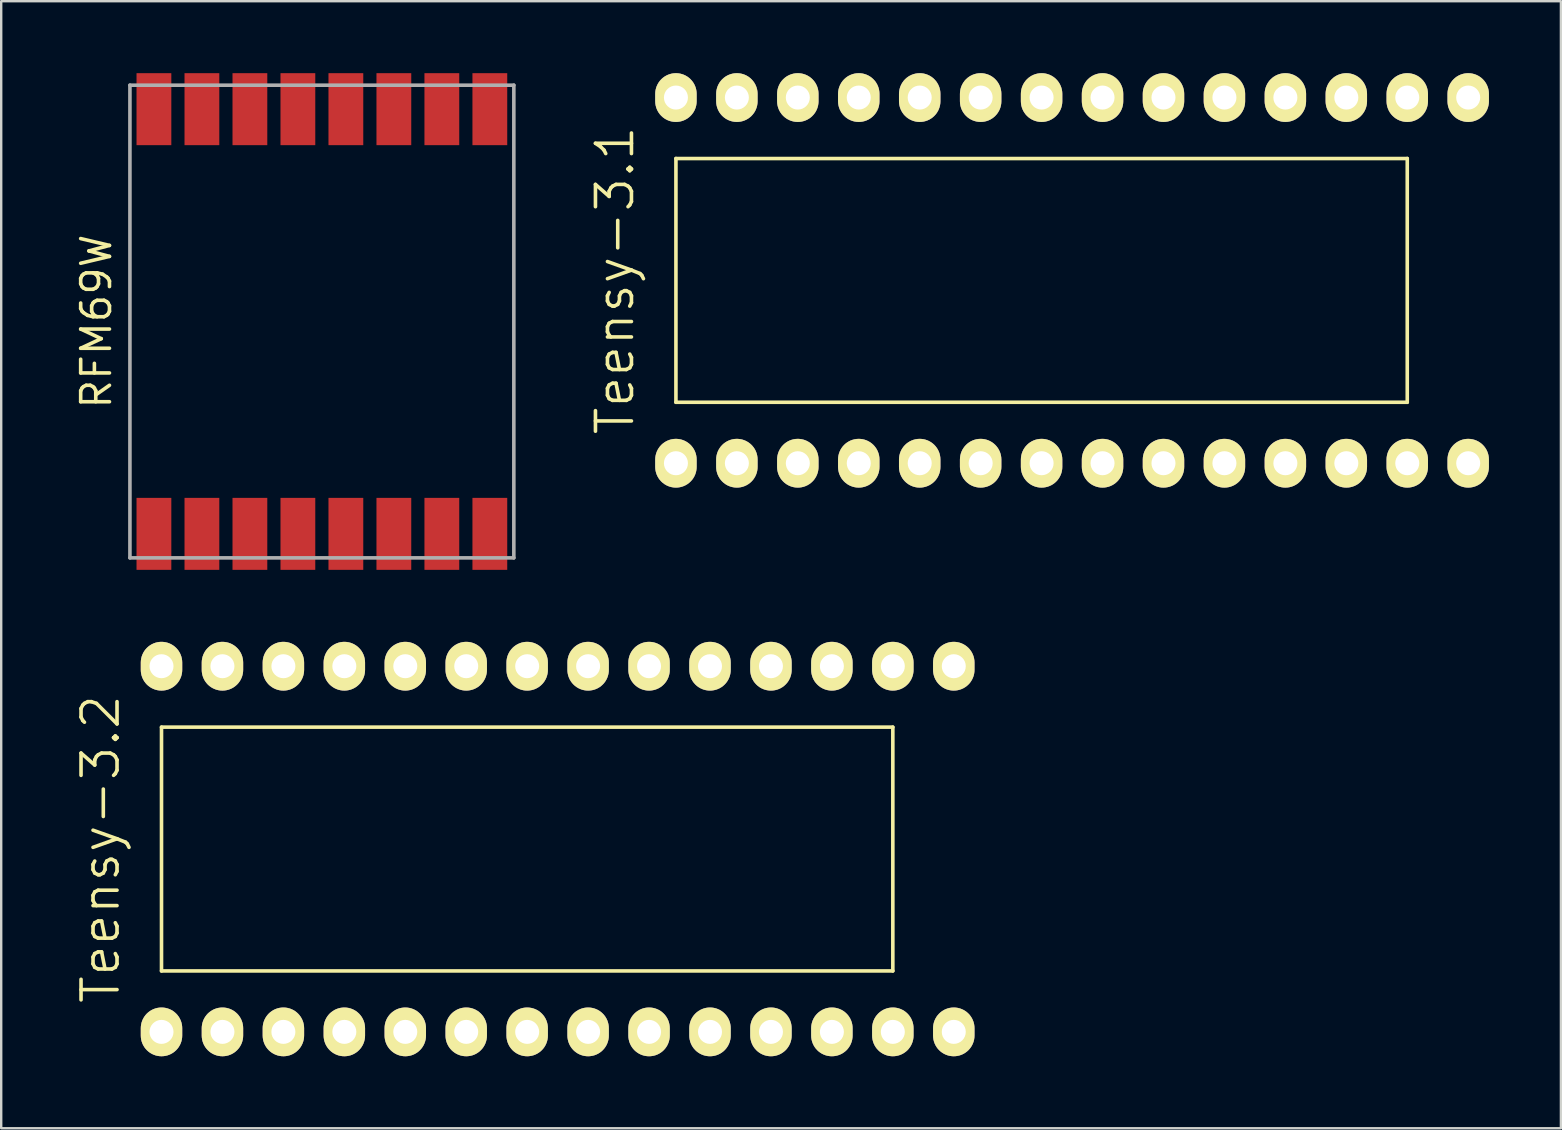
<source format=kicad_pcb>
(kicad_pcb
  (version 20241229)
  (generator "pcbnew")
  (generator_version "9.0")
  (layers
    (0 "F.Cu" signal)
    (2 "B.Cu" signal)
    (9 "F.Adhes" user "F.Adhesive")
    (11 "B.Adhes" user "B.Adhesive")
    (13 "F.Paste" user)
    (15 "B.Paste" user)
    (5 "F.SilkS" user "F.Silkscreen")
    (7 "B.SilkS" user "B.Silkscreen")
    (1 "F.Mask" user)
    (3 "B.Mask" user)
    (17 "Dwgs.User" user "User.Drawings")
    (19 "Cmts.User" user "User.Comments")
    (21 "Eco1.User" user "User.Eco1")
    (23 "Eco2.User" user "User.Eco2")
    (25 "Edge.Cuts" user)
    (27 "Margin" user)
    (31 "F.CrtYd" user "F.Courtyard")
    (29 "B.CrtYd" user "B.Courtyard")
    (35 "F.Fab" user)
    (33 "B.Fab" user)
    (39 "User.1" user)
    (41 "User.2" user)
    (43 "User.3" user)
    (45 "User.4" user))
  (footprint "Teensy-3.2"
    (layer "F.Cu")
    (at 6.221 39.956)
    (property "Reference" "Teensy-3.2" (at -5.08 -7.62 90) (layer "F.SilkS") (effects (font (size 1.5 1.5) (thickness 0.15))))
    (attr through_hole)
    (fp_line (start -2.54 -12.7) (end 27.94 -12.7) (stroke (width 0.15) (type solid)) (layer "F.SilkS"))
    (fp_line (start -2.54 -2.54) (end -2.54 -12.7) (stroke (width 0.15) (type solid)) (layer "F.SilkS"))
    (fp_line (start 27.94 -12.7) (end 27.94 -2.54) (stroke (width 0.15) (type solid)) (layer "F.SilkS"))
    (fp_line (start 27.94 -2.54) (end -2.54 -2.54) (stroke (width 0.15) (type solid)) (layer "F.SilkS"))
    (pad "0" thru_hole oval (at 0 0) (size 1.727 2.032) (drill 1) (layers "*.Cu" "*.Mask" "F.SilkS"))
    (pad "1" thru_hole oval (at 2.54 0) (size 1.727 2.032) (drill 1) (layers "*.Cu" "*.Mask" "F.SilkS"))
    (pad "2" thru_hole oval (at 5.08 0) (size 1.727 2.032) (drill 1) (layers "*.Cu" "*.Mask" "F.SilkS"))
    (pad "3" thru_hole oval (at 7.62 0) (size 1.727 2.032) (drill 1) (layers "*.Cu" "*.Mask" "F.SilkS"))
    (pad "4" thru_hole oval (at 10.16 0) (size 1.727 2.032) (drill 1) (layers "*.Cu" "*.Mask" "F.SilkS"))
    (pad "5" thru_hole oval (at 12.7 0) (size 1.727 2.032) (drill 1) (layers "*.Cu" "*.Mask" "F.SilkS"))
    (pad "6" thru_hole oval (at 15.24 0) (size 1.727 2.032) (drill 1) (layers "*.Cu" "*.Mask" "F.SilkS"))
    (pad "7" thru_hole oval (at 17.78 0) (size 1.727 2.032) (drill 1) (layers "*.Cu" "*.Mask" "F.SilkS"))
    (pad "8" thru_hole oval (at 20.32 0) (size 1.727 2.032) (drill 1) (layers "*.Cu" "*.Mask" "F.SilkS"))
    (pad "9" thru_hole oval (at 22.86 0) (size 1.727 2.032) (drill 1) (layers "*.Cu" "*.Mask" "F.SilkS"))
    (pad "10" thru_hole oval (at 25.4 0) (size 1.727 2.032) (drill 1) (layers "*.Cu" "*.Mask" "F.SilkS"))
    (pad "11" thru_hole oval (at 27.94 0) (size 1.727 2.032) (drill 1) (layers "*.Cu" "*.Mask" "F.SilkS"))
    (pad "12" thru_hole oval (at 30.48 0) (size 1.727 2.032) (drill 1) (layers "*.Cu" "*.Mask" "F.SilkS"))
    (pad "13" thru_hole oval (at 30.48 -15.24) (size 1.727 2.032) (drill 1) (layers "*.Cu" "*.Mask" "F.SilkS"))
    (pad "14" thru_hole oval (at 27.94 -15.24) (size 1.727 2.032) (drill 1) (layers "*.Cu" "*.Mask" "F.SilkS"))
    (pad "15" thru_hole oval (at 25.4 -15.24) (size 1.727 2.032) (drill 1) (layers "*.Cu" "*.Mask" "F.SilkS"))
    (pad "16" thru_hole oval (at 22.86 -15.24) (size 1.727 2.032) (drill 1) (layers "*.Cu" "*.Mask" "F.SilkS"))
    (pad "17" thru_hole oval (at 20.32 -15.24) (size 1.727 2.032) (drill 1) (layers "*.Cu" "*.Mask" "F.SilkS"))
    (pad "18" thru_hole oval (at 17.78 -15.24) (size 1.727 2.032) (drill 1) (layers "*.Cu" "*.Mask" "F.SilkS"))
    (pad "19" thru_hole oval (at 15.24 -15.24) (size 1.727 2.032) (drill 1) (layers "*.Cu" "*.Mask" "F.SilkS"))
    (pad "20" thru_hole oval (at 12.7 -15.24) (size 1.727 2.032) (drill 1) (layers "*.Cu" "*.Mask" "F.SilkS"))
    (pad "21" thru_hole oval (at 10.16 -15.24) (size 1.727 2.032) (drill 1) (layers "*.Cu" "*.Mask" "F.SilkS"))
    (pad "22" thru_hole oval (at 7.62 -15.24) (size 1.727 2.032) (drill 1) (layers "*.Cu" "*.Mask" "F.SilkS"))
    (pad "23" thru_hole oval (at 5.08 -15.24) (size 1.727 2.032) (drill 1) (layers "*.Cu" "*.Mask" "F.SilkS"))
    (pad "24" thru_hole oval (at 2.54 -15.24) (size 1.727 2.032) (drill 1) (layers "*.Cu" "*.Mask" "F.SilkS"))
    (pad "25" thru_hole oval (at 0 -15.24) (size 1.727 2.032) (drill 1) (layers "*.Cu" "*.Mask" "F.SilkS"))
    (pad "26" thru_hole oval (at -2.54 -15.24) (size 1.727 2.032) (drill 1) (layers "*.Cu" "*.Mask" "F.SilkS"))
    (pad "27" thru_hole oval (at -2.54 0) (size 1.727 2.032) (drill 1) (layers "*.Cu" "*.Mask" "F.SilkS")))
  (footprint "Teensy-3.1"
    (layer "F.Cu")
    (at 27.661 16.256)
    (property "Reference" "Teensy-3.1" (at -5.08 -7.62 90) (layer "F.SilkS") (effects (font (size 1.5 1.5) (thickness 0.15))))
    (attr through_hole)
    (fp_line (start -2.54 -12.7) (end 27.94 -12.7) (stroke (width 0.15) (type solid)) (layer "F.SilkS"))
    (fp_line (start -2.54 -2.54) (end -2.54 -12.7) (stroke (width 0.15) (type solid)) (layer "F.SilkS"))
    (fp_line (start 27.94 -12.7) (end 27.94 -2.54) (stroke (width 0.15) (type solid)) (layer "F.SilkS"))
    (fp_line (start 27.94 -2.54) (end -2.54 -2.54) (stroke (width 0.15) (type solid)) (layer "F.SilkS"))
    (pad "0" thru_hole oval (at 0 0) (size 1.727 2.032) (drill 1.001) (layers "*.Cu" "*.Mask" "F.SilkS"))
    (pad "1" thru_hole oval (at 2.54 0) (size 1.727 2.032) (drill 1.001) (layers "*.Cu" "*.Mask" "F.SilkS"))
    (pad "2" thru_hole oval (at 5.08 0) (size 1.727 2.032) (drill 1.001) (layers "*.Cu" "*.Mask" "F.SilkS"))
    (pad "3" thru_hole oval (at 7.62 0) (size 1.727 2.032) (drill 1.001) (layers "*.Cu" "*.Mask" "F.SilkS"))
    (pad "4" thru_hole oval (at 10.16 0) (size 1.727 2.032) (drill 1.001) (layers "*.Cu" "*.Mask" "F.SilkS"))
    (pad "5" thru_hole oval (at 12.7 0) (size 1.727 2.032) (drill 1.001) (layers "*.Cu" "*.Mask" "F.SilkS"))
    (pad "6" thru_hole oval (at 15.24 0) (size 1.727 2.032) (drill 1.001) (layers "*.Cu" "*.Mask" "F.SilkS"))
    (pad "7" thru_hole oval (at 17.78 0) (size 1.727 2.032) (drill 1.001) (layers "*.Cu" "*.Mask" "F.SilkS"))
    (pad "8" thru_hole oval (at 20.32 0) (size 1.727 2.032) (drill 1.001) (layers "*.Cu" "*.Mask" "F.SilkS"))
    (pad "9" thru_hole oval (at 22.86 0) (size 1.727 2.032) (drill 1.001) (layers "*.Cu" "*.Mask" "F.SilkS"))
    (pad "10" thru_hole oval (at 25.4 0) (size 1.727 2.032) (drill 1.001) (layers "*.Cu" "*.Mask" "F.SilkS"))
    (pad "11" thru_hole oval (at 27.94 0) (size 1.727 2.032) (drill 1.001) (layers "*.Cu" "*.Mask" "F.SilkS"))
    (pad "12" thru_hole oval (at 30.48 0) (size 1.727 2.032) (drill 1.001) (layers "*.Cu" "*.Mask" "F.SilkS"))
    (pad "13" thru_hole oval (at 30.48 -15.24) (size 1.727 2.032) (drill 1.001) (layers "*.Cu" "*.Mask" "F.SilkS"))
    (pad "14" thru_hole oval (at 27.94 -15.24) (size 1.727 2.032) (drill 1.001) (layers "*.Cu" "*.Mask" "F.SilkS"))
    (pad "15" thru_hole oval (at 25.4 -15.24) (size 1.727 2.032) (drill 1.001) (layers "*.Cu" "*.Mask" "F.SilkS"))
    (pad "16" thru_hole oval (at 22.86 -15.24) (size 1.727 2.032) (drill 1.001) (layers "*.Cu" "*.Mask" "F.SilkS"))
    (pad "17" thru_hole oval (at 20.32 -15.24) (size 1.727 2.032) (drill 1.001) (layers "*.Cu" "*.Mask" "F.SilkS"))
    (pad "18" thru_hole oval (at 17.78 -15.24) (size 1.727 2.032) (drill 1.001) (layers "*.Cu" "*.Mask" "F.SilkS"))
    (pad "19" thru_hole oval (at 15.24 -15.24) (size 1.727 2.032) (drill 1.001) (layers "*.Cu" "*.Mask" "F.SilkS"))
    (pad "20" thru_hole oval (at 12.7 -15.24) (size 1.727 2.032) (drill 1.001) (layers "*.Cu" "*.Mask" "F.SilkS"))
    (pad "21" thru_hole oval (at 10.16 -15.24) (size 1.727 2.032) (drill 1.001) (layers "*.Cu" "*.Mask" "F.SilkS"))
    (pad "22" thru_hole oval (at 7.62 -15.24) (size 1.727 2.032) (drill 1.001) (layers "*.Cu" "*.Mask" "F.SilkS"))
    (pad "23" thru_hole oval (at 5.08 -15.24) (size 1.727 2.032) (drill 1.001) (layers "*.Cu" "*.Mask" "F.SilkS"))
    (pad "24" thru_hole oval (at 2.54 -15.24) (size 1.727 2.032) (drill 1.001) (layers "*.Cu" "*.Mask" "F.SilkS"))
    (pad "25" thru_hole oval (at 0 -15.24) (size 1.727 2.032) (drill 1.001) (layers "*.Cu" "*.Mask" "F.SilkS"))
    (pad "26" thru_hole oval (at -2.54 -15.24) (size 1.727 2.032) (drill 1.001) (layers "*.Cu" "*.Mask" "F.SilkS"))
    (pad "27" thru_hole oval (at -2.54 0) (size 1.727 2.032) (drill 1.001) (layers "*.Cu" "*.Mask" "F.SilkS")))
  (footprint "RFM69W"
    (layer "F.Cu")
    (at 3.365 19.2)
    (property "Reference" "RFM69W" (at -2.4 -8.85 90) (layer "F.SilkS") (effects (font (size 1.2 1.2) (thickness 0.15))))
    (attr through_hole)
    (fp_line (start -1 -18.7) (end 15 -18.7) (stroke (width 0.15) (type solid)) (layer "F.Fab"))
    (fp_line (start -1 1) (end -1 -18.7) (stroke (width 0.15) (type solid)) (layer "F.Fab"))
    (fp_line (start -1 1) (end 15 1) (stroke (width 0.15) (type solid)) (layer "F.Fab"))
    (fp_line (start 15 1) (end 15 -18.7) (stroke (width 0.15) (type solid)) (layer "F.Fab"))
    (pad "1" smd rect (at 0 0) (size 1.45 3) (layers "F.Cu" "F.Mask" "F.Paste"))
    (pad "2" smd rect (at 2 0) (size 1.45 3) (layers "F.Cu" "F.Mask" "F.Paste"))
    (pad "3" smd rect (at 4 0) (size 1.45 3) (layers "F.Cu" "F.Mask" "F.Paste"))
    (pad "4" smd rect (at 6 0) (size 1.45 3) (layers "F.Cu" "F.Mask" "F.Paste"))
    (pad "5" smd rect (at 8 0) (size 1.45 3) (layers "F.Cu" "F.Mask" "F.Paste"))
    (pad "6" smd rect (at 10 0) (size 1.45 3) (layers "F.Cu" "F.Mask" "F.Paste"))
    (pad "7" smd rect (at 12 0) (size 1.45 3) (layers "F.Cu" "F.Mask" "F.Paste"))
    (pad "8" smd rect (at 14 0) (size 1.45 3) (layers "F.Cu" "F.Mask" "F.Paste"))
    (pad "9" smd rect (at 14 -17.7) (size 1.45 3) (layers "F.Cu" "F.Mask" "F.Paste"))
    (pad "10" smd rect (at 12 -17.7) (size 1.45 3) (layers "F.Cu" "F.Mask" "F.Paste"))
    (pad "11" smd rect (at 10 -17.7) (size 1.45 3) (layers "F.Cu" "F.Mask" "F.Paste"))
    (pad "12" smd rect (at 8 -17.7) (size 1.45 3) (layers "F.Cu" "F.Mask" "F.Paste"))
    (pad "13" smd rect (at 6 -17.7) (size 1.45 3) (layers "F.Cu" "F.Mask" "F.Paste"))
    (pad "14" smd rect (at 4 -17.7) (size 1.45 3) (layers "F.Cu" "F.Mask" "F.Paste"))
    (pad "15" smd rect (at 2 -17.7) (size 1.45 3) (layers "F.Cu" "F.Mask" "F.Paste"))
    (pad "16" smd rect (at 0 -17.7) (size 1.45 3) (layers "F.Cu" "F.Mask" "F.Paste")))
  (gr_rect
    (start -3 -3)
    (end 62.005 43.972)
    (stroke (width 0.1) (type default))
    (fill no)
    (layer "Edge.Cuts")))
</source>
